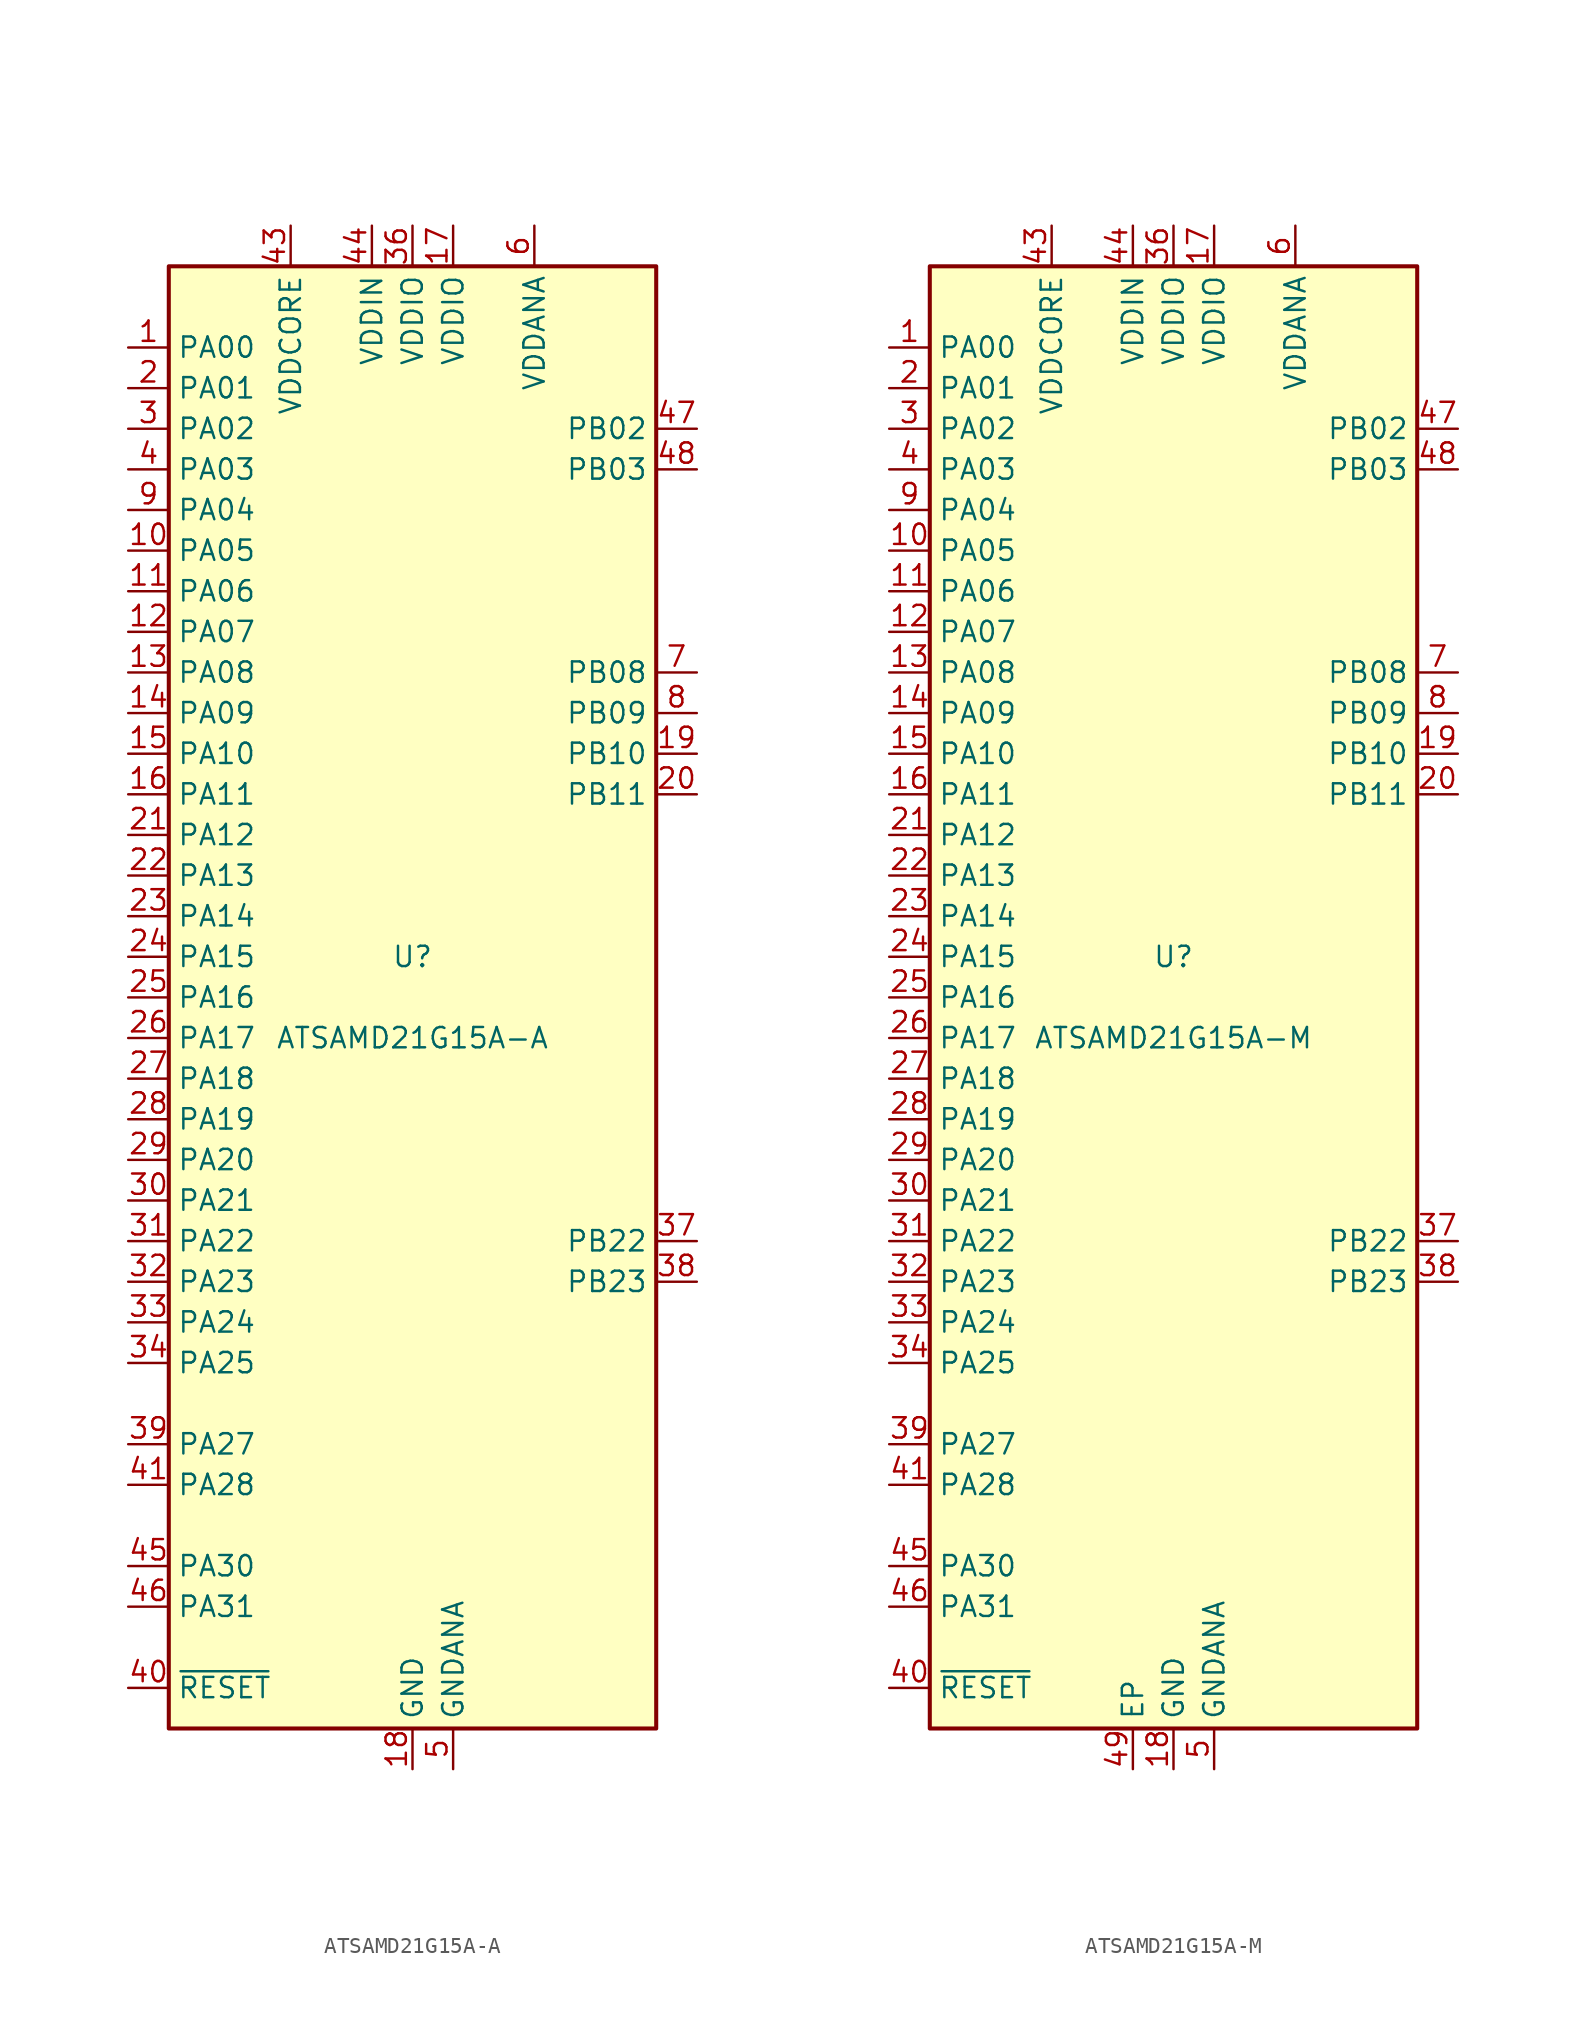
<source format=kicad_sym>
(kicad_symbol_lib
  (version 20241209)
  (generator "kicad_symbol_editor")
  (generator_version "9.0")
  (symbol "ATSAMD21G15A-A"
    (property "Reference" "U"
      (at 0 2.54 0)
      (effects (font (size 1.27 1.27))))
    (property "Value" "ATSAMD21G15A-A"
      (at 0 -2.54 0)
      (effects (font (size 1.27 1.27))))
    (symbol "ATSAMD21G15A-A_0_1"
      (rectangle (start -15.24 45.72) (end 15.24 -45.72) (stroke (width 0.254) (type default)) (fill (type background))))
    (symbol "ATSAMD21G15A-A_1_1"
      (pin bidirectional line (at -17.78 40.64 0) (length 2.54) (name "PA00" (effects (font (size 1.27 1.27)))) (number "1" (effects (font (size 1.27 1.27)))))
      (pin bidirectional line (at -17.78 38.1 0) (length 2.54) (name "PA01" (effects (font (size 1.27 1.27)))) (number "2" (effects (font (size 1.27 1.27)))))
      (pin bidirectional line (at -17.78 35.56 0) (length 2.54) (name "PA02" (effects (font (size 1.27 1.27)))) (number "3" (effects (font (size 1.27 1.27)))))
      (pin bidirectional line (at -17.78 33.02 0) (length 2.54) (name "PA03" (effects (font (size 1.27 1.27)))) (number "4" (effects (font (size 1.27 1.27)))))
      (pin bidirectional line (at -17.78 30.48 0) (length 2.54) (name "PA04" (effects (font (size 1.27 1.27)))) (number "9" (effects (font (size 1.27 1.27)))))
      (pin bidirectional line (at -17.78 27.94 0) (length 2.54) (name "PA05" (effects (font (size 1.27 1.27)))) (number "10" (effects (font (size 1.27 1.27)))))
      (pin bidirectional line (at -17.78 25.4 0) (length 2.54) (name "PA06" (effects (font (size 1.27 1.27)))) (number "11" (effects (font (size 1.27 1.27)))))
      (pin bidirectional line (at -17.78 22.86 0) (length 2.54) (name "PA07" (effects (font (size 1.27 1.27)))) (number "12" (effects (font (size 1.27 1.27)))))
      (pin bidirectional line (at -17.78 20.32 0) (length 2.54) (name "PA08" (effects (font (size 1.27 1.27)))) (number "13" (effects (font (size 1.27 1.27)))))
      (pin bidirectional line (at -17.78 17.78 0) (length 2.54) (name "PA09" (effects (font (size 1.27 1.27)))) (number "14" (effects (font (size 1.27 1.27)))))
      (pin bidirectional line (at -17.78 15.24 0) (length 2.54) (name "PA10" (effects (font (size 1.27 1.27)))) (number "15" (effects (font (size 1.27 1.27)))))
      (pin bidirectional line (at -17.78 12.7 0) (length 2.54) (name "PA11" (effects (font (size 1.27 1.27)))) (number "16" (effects (font (size 1.27 1.27)))))
      (pin bidirectional line (at -17.78 10.16 0) (length 2.54) (name "PA12" (effects (font (size 1.27 1.27)))) (number "21" (effects (font (size 1.27 1.27)))))
      (pin bidirectional line (at -17.78 7.62 0) (length 2.54) (name "PA13" (effects (font (size 1.27 1.27)))) (number "22" (effects (font (size 1.27 1.27)))))
      (pin bidirectional line (at -17.78 5.08 0) (length 2.54) (name "PA14" (effects (font (size 1.27 1.27)))) (number "23" (effects (font (size 1.27 1.27)))))
      (pin bidirectional line (at -17.78 2.54 0) (length 2.54) (name "PA15" (effects (font (size 1.27 1.27)))) (number "24" (effects (font (size 1.27 1.27)))))
      (pin bidirectional line (at -17.78 0 0) (length 2.54) (name "PA16" (effects (font (size 1.27 1.27)))) (number "25" (effects (font (size 1.27 1.27)))))
      (pin bidirectional line (at -17.78 -2.54 0) (length 2.54) (name "PA17" (effects (font (size 1.27 1.27)))) (number "26" (effects (font (size 1.27 1.27)))))
      (pin bidirectional line (at -17.78 -5.08 0) (length 2.54) (name "PA18" (effects (font (size 1.27 1.27)))) (number "27" (effects (font (size 1.27 1.27)))))
      (pin bidirectional line (at -17.78 -7.62 0) (length 2.54) (name "PA19" (effects (font (size 1.27 1.27)))) (number "28" (effects (font (size 1.27 1.27)))))
      (pin bidirectional line (at -17.78 -10.16 0) (length 2.54) (name "PA20" (effects (font (size 1.27 1.27)))) (number "29" (effects (font (size 1.27 1.27)))))
      (pin bidirectional line (at -17.78 -12.7 0) (length 2.54) (name "PA21" (effects (font (size 1.27 1.27)))) (number "30" (effects (font (size 1.27 1.27)))))
      (pin bidirectional line (at -17.78 -15.24 0) (length 2.54) (name "PA22" (effects (font (size 1.27 1.27)))) (number "31" (effects (font (size 1.27 1.27)))))
      (pin bidirectional line (at -17.78 -17.78 0) (length 2.54) (name "PA23" (effects (font (size 1.27 1.27)))) (number "32" (effects (font (size 1.27 1.27)))))
      (pin bidirectional line (at -17.78 -20.32 0) (length 2.54) (name "PA24" (effects (font (size 1.27 1.27)))) (number "33" (effects (font (size 1.27 1.27)))))
      (pin bidirectional line (at -17.78 -22.86 0) (length 2.54) (name "PA25" (effects (font (size 1.27 1.27)))) (number "34" (effects (font (size 1.27 1.27)))))
      (pin bidirectional line (at -17.78 -27.94 0) (length 2.54) (name "PA27" (effects (font (size 1.27 1.27)))) (number "39" (effects (font (size 1.27 1.27)))))
      (pin bidirectional line (at -17.78 -30.48 0) (length 2.54) (name "PA28" (effects (font (size 1.27 1.27)))) (number "41" (effects (font (size 1.27 1.27)))))
      (pin bidirectional line (at -17.78 -35.56 0) (length 2.54) (name "PA30" (effects (font (size 1.27 1.27)))) (number "45" (effects (font (size 1.27 1.27)))))
      (pin bidirectional line (at -17.78 -38.1 0) (length 2.54) (name "PA31" (effects (font (size 1.27 1.27)))) (number "46" (effects (font (size 1.27 1.27)))))
      (pin input line (at -17.78 -43.18 0) (length 2.54) (name "~{RESET}" (effects (font (size 1.27 1.27)))) (number "40" (effects (font (size 1.27 1.27)))))
      (pin power_out line (at -7.62 48.26 270) (length 2.54) (name "VDDCORE" (effects (font (size 1.27 1.27)))) (number "43" (effects (font (size 1.27 1.27)))))
      (pin power_in line (at -2.54 48.26 270) (length 2.54) (name "VDDIN" (effects (font (size 1.27 1.27)))) (number "44" (effects (font (size 1.27 1.27)))))
      (pin power_in line (at 0 48.26 270) (length 2.54) (name "VDDIO" (effects (font (size 1.27 1.27)))) (number "36" (effects (font (size 1.27 1.27)))))
      (pin power_in line (at 0 -48.26 90) (length 2.54) (name "GND" (effects (font (size 1.27 1.27)))) (number "18" (effects (font (size 1.27 1.27)))))
      (pin passive line (at 0 -48.26 90) (length 2.54) (hide yes) (name "GND" (effects (font (size 1.27 1.27)))) (number "35" (effects (font (size 1.27 1.27)))))
      (pin passive line (at 0 -48.26 90) (length 2.54) (hide yes) (name "GND" (effects (font (size 1.27 1.27)))) (number "42" (effects (font (size 1.27 1.27)))))
      (pin power_in line (at 2.54 48.26 270) (length 2.54) (name "VDDIO" (effects (font (size 1.27 1.27)))) (number "17" (effects (font (size 1.27 1.27)))))
      (pin power_in line (at 2.54 -48.26 90) (length 2.54) (name "GNDANA" (effects (font (size 1.27 1.27)))) (number "5" (effects (font (size 1.27 1.27)))))
      (pin power_in line (at 7.62 48.26 270) (length 2.54) (name "VDDANA" (effects (font (size 1.27 1.27)))) (number "6" (effects (font (size 1.27 1.27)))))
      (pin bidirectional line (at 17.78 35.56 180) (length 2.54) (name "PB02" (effects (font (size 1.27 1.27)))) (number "47" (effects (font (size 1.27 1.27)))))
      (pin bidirectional line (at 17.78 33.02 180) (length 2.54) (name "PB03" (effects (font (size 1.27 1.27)))) (number "48" (effects (font (size 1.27 1.27)))))
      (pin bidirectional line (at 17.78 20.32 180) (length 2.54) (name "PB08" (effects (font (size 1.27 1.27)))) (number "7" (effects (font (size 1.27 1.27)))))
      (pin bidirectional line (at 17.78 17.78 180) (length 2.54) (name "PB09" (effects (font (size 1.27 1.27)))) (number "8" (effects (font (size 1.27 1.27)))))
      (pin bidirectional line (at 17.78 15.24 180) (length 2.54) (name "PB10" (effects (font (size 1.27 1.27)))) (number "19" (effects (font (size 1.27 1.27)))))
      (pin bidirectional line (at 17.78 12.7 180) (length 2.54) (name "PB11" (effects (font (size 1.27 1.27)))) (number "20" (effects (font (size 1.27 1.27)))))
      (pin bidirectional line (at 17.78 -15.24 180) (length 2.54) (name "PB22" (effects (font (size 1.27 1.27)))) (number "37" (effects (font (size 1.27 1.27)))))
      (pin bidirectional line (at 17.78 -17.78 180) (length 2.54) (name "PB23" (effects (font (size 1.27 1.27)))) (number "38" (effects (font (size 1.27 1.27)))))))
  (symbol "ATSAMD21G15A-M"
    (property "Reference" "U"
      (at 0 2.54 0)
      (effects (font (size 1.27 1.27))))
    (property "Value" "ATSAMD21G15A-M"
      (at 0 -2.54 0)
      (effects (font (size 1.27 1.27))))
    (symbol "ATSAMD21G15A-M_0_1"
      (rectangle (start -15.24 45.72) (end 15.24 -45.72) (stroke (width 0.254) (type default)) (fill (type background))))
    (symbol "ATSAMD21G15A-M_1_1"
      (pin bidirectional line (at -17.78 40.64 0) (length 2.54) (name "PA00" (effects (font (size 1.27 1.27)))) (number "1" (effects (font (size 1.27 1.27)))))
      (pin bidirectional line (at -17.78 38.1 0) (length 2.54) (name "PA01" (effects (font (size 1.27 1.27)))) (number "2" (effects (font (size 1.27 1.27)))))
      (pin bidirectional line (at -17.78 35.56 0) (length 2.54) (name "PA02" (effects (font (size 1.27 1.27)))) (number "3" (effects (font (size 1.27 1.27)))))
      (pin bidirectional line (at -17.78 33.02 0) (length 2.54) (name "PA03" (effects (font (size 1.27 1.27)))) (number "4" (effects (font (size 1.27 1.27)))))
      (pin bidirectional line (at -17.78 30.48 0) (length 2.54) (name "PA04" (effects (font (size 1.27 1.27)))) (number "9" (effects (font (size 1.27 1.27)))))
      (pin bidirectional line (at -17.78 27.94 0) (length 2.54) (name "PA05" (effects (font (size 1.27 1.27)))) (number "10" (effects (font (size 1.27 1.27)))))
      (pin bidirectional line (at -17.78 25.4 0) (length 2.54) (name "PA06" (effects (font (size 1.27 1.27)))) (number "11" (effects (font (size 1.27 1.27)))))
      (pin bidirectional line (at -17.78 22.86 0) (length 2.54) (name "PA07" (effects (font (size 1.27 1.27)))) (number "12" (effects (font (size 1.27 1.27)))))
      (pin bidirectional line (at -17.78 20.32 0) (length 2.54) (name "PA08" (effects (font (size 1.27 1.27)))) (number "13" (effects (font (size 1.27 1.27)))))
      (pin bidirectional line (at -17.78 17.78 0) (length 2.54) (name "PA09" (effects (font (size 1.27 1.27)))) (number "14" (effects (font (size 1.27 1.27)))))
      (pin bidirectional line (at -17.78 15.24 0) (length 2.54) (name "PA10" (effects (font (size 1.27 1.27)))) (number "15" (effects (font (size 1.27 1.27)))))
      (pin bidirectional line (at -17.78 12.7 0) (length 2.54) (name "PA11" (effects (font (size 1.27 1.27)))) (number "16" (effects (font (size 1.27 1.27)))))
      (pin bidirectional line (at -17.78 10.16 0) (length 2.54) (name "PA12" (effects (font (size 1.27 1.27)))) (number "21" (effects (font (size 1.27 1.27)))))
      (pin bidirectional line (at -17.78 7.62 0) (length 2.54) (name "PA13" (effects (font (size 1.27 1.27)))) (number "22" (effects (font (size 1.27 1.27)))))
      (pin bidirectional line (at -17.78 5.08 0) (length 2.54) (name "PA14" (effects (font (size 1.27 1.27)))) (number "23" (effects (font (size 1.27 1.27)))))
      (pin bidirectional line (at -17.78 2.54 0) (length 2.54) (name "PA15" (effects (font (size 1.27 1.27)))) (number "24" (effects (font (size 1.27 1.27)))))
      (pin bidirectional line (at -17.78 0 0) (length 2.54) (name "PA16" (effects (font (size 1.27 1.27)))) (number "25" (effects (font (size 1.27 1.27)))))
      (pin bidirectional line (at -17.78 -2.54 0) (length 2.54) (name "PA17" (effects (font (size 1.27 1.27)))) (number "26" (effects (font (size 1.27 1.27)))))
      (pin bidirectional line (at -17.78 -5.08 0) (length 2.54) (name "PA18" (effects (font (size 1.27 1.27)))) (number "27" (effects (font (size 1.27 1.27)))))
      (pin bidirectional line (at -17.78 -7.62 0) (length 2.54) (name "PA19" (effects (font (size 1.27 1.27)))) (number "28" (effects (font (size 1.27 1.27)))))
      (pin bidirectional line (at -17.78 -10.16 0) (length 2.54) (name "PA20" (effects (font (size 1.27 1.27)))) (number "29" (effects (font (size 1.27 1.27)))))
      (pin bidirectional line (at -17.78 -12.7 0) (length 2.54) (name "PA21" (effects (font (size 1.27 1.27)))) (number "30" (effects (font (size 1.27 1.27)))))
      (pin bidirectional line (at -17.78 -15.24 0) (length 2.54) (name "PA22" (effects (font (size 1.27 1.27)))) (number "31" (effects (font (size 1.27 1.27)))))
      (pin bidirectional line (at -17.78 -17.78 0) (length 2.54) (name "PA23" (effects (font (size 1.27 1.27)))) (number "32" (effects (font (size 1.27 1.27)))))
      (pin bidirectional line (at -17.78 -20.32 0) (length 2.54) (name "PA24" (effects (font (size 1.27 1.27)))) (number "33" (effects (font (size 1.27 1.27)))))
      (pin bidirectional line (at -17.78 -22.86 0) (length 2.54) (name "PA25" (effects (font (size 1.27 1.27)))) (number "34" (effects (font (size 1.27 1.27)))))
      (pin bidirectional line (at -17.78 -27.94 0) (length 2.54) (name "PA27" (effects (font (size 1.27 1.27)))) (number "39" (effects (font (size 1.27 1.27)))))
      (pin bidirectional line (at -17.78 -30.48 0) (length 2.54) (name "PA28" (effects (font (size 1.27 1.27)))) (number "41" (effects (font (size 1.27 1.27)))))
      (pin bidirectional line (at -17.78 -35.56 0) (length 2.54) (name "PA30" (effects (font (size 1.27 1.27)))) (number "45" (effects (font (size 1.27 1.27)))))
      (pin bidirectional line (at -17.78 -38.1 0) (length 2.54) (name "PA31" (effects (font (size 1.27 1.27)))) (number "46" (effects (font (size 1.27 1.27)))))
      (pin input line (at -17.78 -43.18 0) (length 2.54) (name "~{RESET}" (effects (font (size 1.27 1.27)))) (number "40" (effects (font (size 1.27 1.27)))))
      (pin power_out line (at -7.62 48.26 270) (length 2.54) (name "VDDCORE" (effects (font (size 1.27 1.27)))) (number "43" (effects (font (size 1.27 1.27)))))
      (pin power_in line (at -2.54 48.26 270) (length 2.54) (name "VDDIN" (effects (font (size 1.27 1.27)))) (number "44" (effects (font (size 1.27 1.27)))))
      (pin passive line (at -2.54 -48.26 90) (length 2.54) (name "EP" (effects (font (size 1.27 1.27)))) (number "49" (effects (font (size 1.27 1.27)))))
      (pin power_in line (at 0 48.26 270) (length 2.54) (name "VDDIO" (effects (font (size 1.27 1.27)))) (number "36" (effects (font (size 1.27 1.27)))))
      (pin power_in line (at 0 -48.26 90) (length 2.54) (name "GND" (effects (font (size 1.27 1.27)))) (number "18" (effects (font (size 1.27 1.27)))))
      (pin passive line (at 0 -48.26 90) (length 2.54) (hide yes) (name "GND" (effects (font (size 1.27 1.27)))) (number "35" (effects (font (size 1.27 1.27)))))
      (pin passive line (at 0 -48.26 90) (length 2.54) (hide yes) (name "GND" (effects (font (size 1.27 1.27)))) (number "42" (effects (font (size 1.27 1.27)))))
      (pin power_in line (at 2.54 48.26 270) (length 2.54) (name "VDDIO" (effects (font (size 1.27 1.27)))) (number "17" (effects (font (size 1.27 1.27)))))
      (pin power_in line (at 2.54 -48.26 90) (length 2.54) (name "GNDANA" (effects (font (size 1.27 1.27)))) (number "5" (effects (font (size 1.27 1.27)))))
      (pin power_in line (at 7.62 48.26 270) (length 2.54) (name "VDDANA" (effects (font (size 1.27 1.27)))) (number "6" (effects (font (size 1.27 1.27)))))
      (pin bidirectional line (at 17.78 35.56 180) (length 2.54) (name "PB02" (effects (font (size 1.27 1.27)))) (number "47" (effects (font (size 1.27 1.27)))))
      (pin bidirectional line (at 17.78 33.02 180) (length 2.54) (name "PB03" (effects (font (size 1.27 1.27)))) (number "48" (effects (font (size 1.27 1.27)))))
      (pin bidirectional line (at 17.78 20.32 180) (length 2.54) (name "PB08" (effects (font (size 1.27 1.27)))) (number "7" (effects (font (size 1.27 1.27)))))
      (pin bidirectional line (at 17.78 17.78 180) (length 2.54) (name "PB09" (effects (font (size 1.27 1.27)))) (number "8" (effects (font (size 1.27 1.27)))))
      (pin bidirectional line (at 17.78 15.24 180) (length 2.54) (name "PB10" (effects (font (size 1.27 1.27)))) (number "19" (effects (font (size 1.27 1.27)))))
      (pin bidirectional line (at 17.78 12.7 180) (length 2.54) (name "PB11" (effects (font (size 1.27 1.27)))) (number "20" (effects (font (size 1.27 1.27)))))
      (pin bidirectional line (at 17.78 -15.24 180) (length 2.54) (name "PB22" (effects (font (size 1.27 1.27)))) (number "37" (effects (font (size 1.27 1.27)))))
      (pin bidirectional line (at 17.78 -17.78 180) (length 2.54) (name "PB23" (effects (font (size 1.27 1.27)))) (number "38" (effects (font (size 1.27 1.27))))))))
</source>
